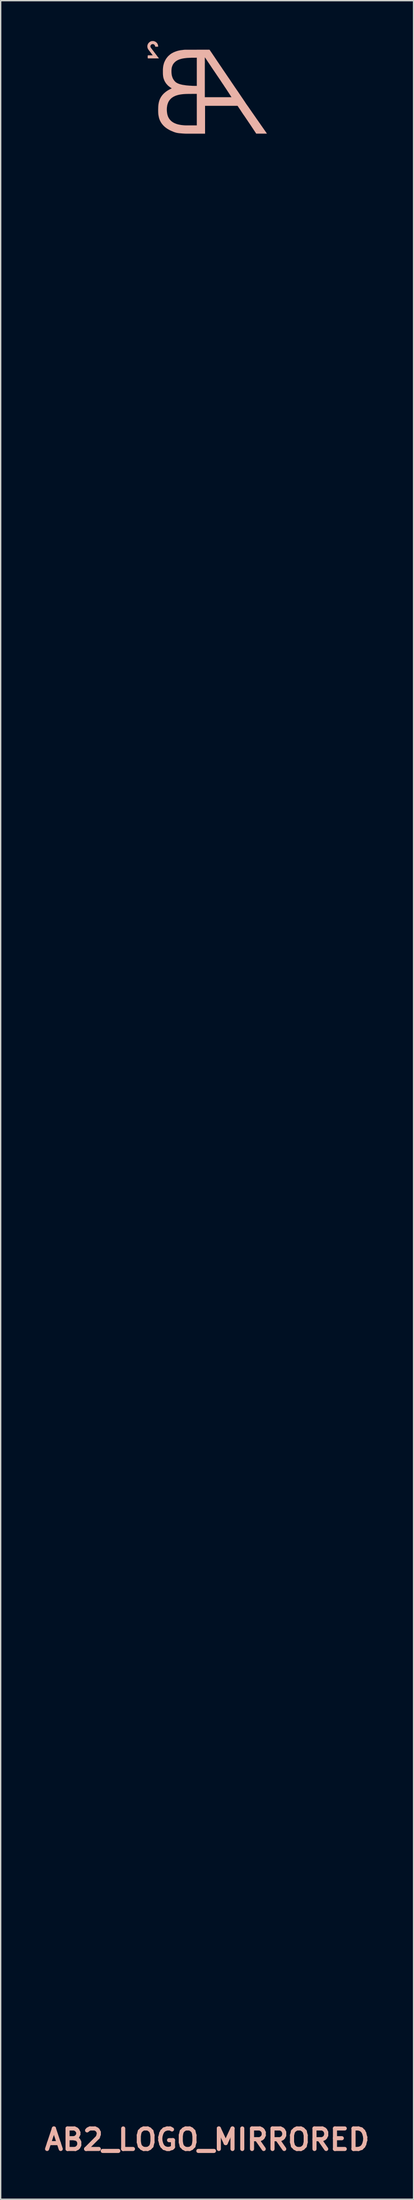
<source format=kicad_pcb>
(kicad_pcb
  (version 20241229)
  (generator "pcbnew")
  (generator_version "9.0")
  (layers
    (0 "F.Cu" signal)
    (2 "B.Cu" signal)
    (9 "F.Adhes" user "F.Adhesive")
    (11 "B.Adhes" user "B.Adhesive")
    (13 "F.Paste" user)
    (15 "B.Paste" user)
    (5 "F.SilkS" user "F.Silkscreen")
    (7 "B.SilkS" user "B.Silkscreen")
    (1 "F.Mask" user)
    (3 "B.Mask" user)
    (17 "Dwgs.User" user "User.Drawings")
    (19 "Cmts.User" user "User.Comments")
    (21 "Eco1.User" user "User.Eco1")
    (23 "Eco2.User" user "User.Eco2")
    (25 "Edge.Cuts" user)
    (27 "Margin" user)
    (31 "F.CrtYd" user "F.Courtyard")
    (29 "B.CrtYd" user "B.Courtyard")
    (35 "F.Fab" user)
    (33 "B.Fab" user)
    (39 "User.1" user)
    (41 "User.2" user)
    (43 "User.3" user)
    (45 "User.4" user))
  (footprint "AB2_LOGO_MIRRORED"
    (layer "F.Cu")
    (at 12.352 3.448)
    (property "Reference" "AB2_LOGO_MIRRORED" (at 0 152.484 0) (layer "B.SilkS") (effects (font (size 1.524 1.524) (thickness 0.305))))
    (attr through_hole)
    (fp_poly (pts (xy -4.445 -3.058) (xy -4.442 -3.02) (xy -4.437 -2.982) (xy -4.43 -2.944) (xy -4.422 -2.924) (xy -4.417 -2.906) (xy -4.409 -2.888) (xy -4.399 -2.87) (xy -4.392 -2.852) (xy -4.381 -2.837) (xy -4.374 -2.824) (xy -4.369 -2.819) (xy -4.364 -2.809) (xy -4.354 -2.799) (xy -4.343 -2.784) (xy -4.331 -2.769) (xy -4.318 -2.748) (xy -4.3 -2.728) (xy -4.285 -2.705) (xy -4.265 -2.682) (xy -4.247 -2.657) (xy -4.227 -2.629) (xy -4.206 -2.603) (xy -4.183 -2.576) (xy -4.163 -2.545) (xy -4.14 -2.517) (xy -4.13 -2.504) (xy -4.041 -2.388) (xy -4.216 -2.385) (xy -4.392 -2.385) (xy -4.404 -2.372) (xy -4.417 -2.36) (xy -4.417 -2.273) (xy -4.417 -2.184) (xy -4.404 -2.172) (xy -4.392 -2.159) (xy -3.988 -2.159) (xy -3.584 -2.159) (xy -3.66 -2.258) (xy -3.673 -2.276) (xy -3.688 -2.296) (xy -3.706 -2.319) (xy -3.724 -2.342) (xy -3.741 -2.367) (xy -3.762 -2.393) (xy -3.782 -2.421) (xy -3.802 -2.446) (xy -3.823 -2.474) (xy -3.843 -2.499) (xy -3.853 -2.512) (xy -3.886 -2.558) (xy -3.919 -2.598) (xy -3.947 -2.637) (xy -3.975 -2.675) (xy -4 -2.708) (xy -4.023 -2.738) (xy -4.046 -2.766) (xy -4.064 -2.791) (xy -4.082 -2.814) (xy -4.1 -2.835) (xy -4.112 -2.855) (xy -4.128 -2.873) (xy -4.138 -2.888) (xy -4.148 -2.901) (xy -4.158 -2.913) (xy -4.166 -2.924) (xy -4.173 -2.934) (xy -4.178 -2.941) (xy -4.183 -2.949) (xy -4.188 -2.954) (xy -4.191 -2.959) (xy -4.194 -2.964) (xy -4.196 -2.969) (xy -4.199 -2.972) (xy -4.201 -2.974) (xy -4.201 -2.977) (xy -4.201 -2.979) (xy -4.211 -3.002) (xy -4.219 -3.028) (xy -4.219 -3.051) (xy -4.219 -3.076) (xy -4.214 -3.099) (xy -4.204 -3.122) (xy -4.194 -3.142) (xy -4.178 -3.162) (xy -4.161 -3.18) (xy -4.14 -3.195) (xy -4.12 -3.205) (xy -4.107 -3.211) (xy -4.097 -3.216) (xy -4.087 -3.218) (xy -4.077 -3.218) (xy -4.067 -3.221) (xy -4.051 -3.221) (xy -4.041 -3.221) (xy -4.028 -3.221) (xy -4.021 -3.221) (xy -4.013 -3.221) (xy -4.006 -3.218) (xy -4 -3.218) (xy -3.995 -3.216) (xy -3.993 -3.216) (xy -3.97 -3.205) (xy -3.947 -3.193) (xy -3.927 -3.175) (xy -3.909 -3.157) (xy -3.894 -3.137) (xy -3.884 -3.117) (xy -3.881 -3.111) (xy -3.876 -3.099) (xy -3.871 -3.086) (xy -3.868 -3.071) (xy -3.868 -3.061) (xy -3.868 -3.056) (xy -3.866 -3.051) (xy -3.863 -3.048) (xy -3.858 -3.043) (xy -3.856 -3.04) (xy -3.846 -3.028) (xy -3.744 -3.03) (xy -3.645 -3.03) (xy -3.645 -3.048) (xy -3.645 -3.073) (xy -3.647 -3.099) (xy -3.65 -3.127) (xy -3.658 -3.155) (xy -3.663 -3.178) (xy -3.678 -3.213) (xy -3.693 -3.244) (xy -3.711 -3.274) (xy -3.734 -3.302) (xy -3.759 -3.33) (xy -3.762 -3.332) (xy -3.792 -3.358) (xy -3.825 -3.383) (xy -3.858 -3.401) (xy -3.896 -3.419) (xy -3.934 -3.432) (xy -3.973 -3.442) (xy -4.016 -3.447) (xy -4.036 -3.447) (xy -4.072 -3.447) (xy -4.107 -3.444) (xy -4.145 -3.437) (xy -4.178 -3.424) (xy -4.214 -3.411) (xy -4.247 -3.393) (xy -4.277 -3.373) (xy -4.305 -3.35) (xy -4.333 -3.322) (xy -4.359 -3.294) (xy -4.381 -3.264) (xy -4.399 -3.233) (xy -4.415 -3.198) (xy -4.425 -3.175) (xy -4.435 -3.137) (xy -4.442 -3.099) (xy -4.445 -3.058)) (stroke (width 0.003) (type solid)) (fill yes) (layer "B.SilkS"))
    (fp_poly (pts (xy -3.64 1.689) (xy -3.64 1.725) (xy -3.64 1.763) (xy -3.637 1.798) (xy -3.637 1.831) (xy -3.637 1.862) (xy -3.635 1.89) (xy -3.635 1.915) (xy -3.632 1.925) (xy -3.63 1.976) (xy -3.622 2.029) (xy -3.614 2.085) (xy -3.604 2.139) (xy -3.592 2.192) (xy -3.581 2.245) (xy -3.566 2.294) (xy -3.566 2.299) (xy -3.543 2.367) (xy -3.515 2.433) (xy -3.487 2.497) (xy -3.452 2.56) (xy -3.416 2.621) (xy -3.376 2.68) (xy -3.33 2.738) (xy -3.294 2.781) (xy -3.284 2.791) (xy -3.274 2.807) (xy -3.259 2.819) (xy -3.244 2.837) (xy -3.228 2.852) (xy -3.211 2.868) (xy -3.195 2.883) (xy -3.18 2.898) (xy -3.165 2.911) (xy -3.155 2.921) (xy -3.119 2.951) (xy -3.086 2.977) (xy -3.053 3.002) (xy -3.018 3.028) (xy -2.997 3.043) (xy -2.997 1.623) (xy -2.995 1.557) (xy -2.99 1.486) (xy -2.982 1.42) (xy -2.972 1.354) (xy -2.957 1.29) (xy -2.939 1.229) (xy -2.918 1.171) (xy -2.896 1.113) (xy -2.87 1.059) (xy -2.84 1.008) (xy -2.807 0.96) (xy -2.779 0.922) (xy -2.741 0.879) (xy -2.703 0.838) (xy -2.659 0.798) (xy -2.614 0.762) (xy -2.565 0.729) (xy -2.515 0.696) (xy -2.459 0.668) (xy -2.403 0.64) (xy -2.342 0.615) (xy -2.278 0.592) (xy -2.21 0.572) (xy -2.202 0.569) (xy -2.154 0.556) (xy -2.103 0.544) (xy -2.047 0.533) (xy -1.991 0.523) (xy -1.933 0.513) (xy -1.869 0.505) (xy -1.803 0.498) (xy -1.735 0.493) (xy -1.661 0.488) (xy -1.585 0.483) (xy -1.57 0.483) (xy -1.549 0.483) (xy -1.527 0.48) (xy -1.501 0.48) (xy -1.471 0.48) (xy -1.44 0.48) (xy -1.405 0.478) (xy -1.369 0.478) (xy -1.331 0.478) (xy -1.29 0.478) (xy -1.25 0.478) (xy -1.206 0.478) (xy -1.166 0.478) (xy -1.123 0.475) (xy -1.077 0.475) (xy -1.034 0.475) (xy -1.003 0.475) (xy -0.767 0.475) (xy -0.767 1.648) (xy -0.767 2.819) (xy -1.186 2.819) (xy -1.237 2.819) (xy -1.283 2.819) (xy -1.326 2.819) (xy -1.364 2.819) (xy -1.4 2.819) (xy -1.433 2.819) (xy -1.46 2.819) (xy -1.488 2.819) (xy -1.514 2.819) (xy -1.534 2.819) (xy -1.554 2.819) (xy -1.572 2.819) (xy -1.587 2.819) (xy -1.6 2.819) (xy -1.613 2.819) (xy -1.623 2.817) (xy -1.633 2.817) (xy -1.641 2.817) (xy -1.648 2.817) (xy -1.656 2.817) (xy -1.659 2.817) (xy -1.735 2.812) (xy -1.808 2.804) (xy -1.88 2.797) (xy -1.946 2.789) (xy -2.009 2.779) (xy -2.07 2.766) (xy -2.131 2.753) (xy -2.187 2.741) (xy -2.24 2.723) (xy -2.294 2.708) (xy -2.344 2.687) (xy -2.395 2.667) (xy -2.443 2.644) (xy -2.446 2.644) (xy -2.499 2.616) (xy -2.553 2.583) (xy -2.603 2.548) (xy -2.652 2.512) (xy -2.695 2.471) (xy -2.738 2.428) (xy -2.776 2.385) (xy -2.812 2.337) (xy -2.842 2.291) (xy -2.87 2.243) (xy -2.896 2.192) (xy -2.918 2.139) (xy -2.936 2.083) (xy -2.954 2.027) (xy -2.967 1.966) (xy -2.979 1.902) (xy -2.987 1.836) (xy -2.992 1.768) (xy -2.997 1.697) (xy -2.997 1.623) (xy -2.997 3.043) (xy -2.982 3.053) (xy -2.972 3.061) (xy -2.931 3.084) (xy -2.891 3.109) (xy -2.85 3.132) (xy -2.809 3.155) (xy -2.769 3.178) (xy -2.731 3.195) (xy -2.692 3.213) (xy -2.657 3.231) (xy -2.626 3.241) (xy -2.614 3.246) (xy -2.601 3.251) (xy -2.583 3.259) (xy -2.568 3.266) (xy -2.553 3.272) (xy -2.548 3.274) (xy -2.525 3.284) (xy -2.504 3.294) (xy -2.487 3.302) (xy -2.469 3.307) (xy -2.456 3.312) (xy -2.443 3.317) (xy -2.431 3.32) (xy -2.418 3.325) (xy -2.405 3.327) (xy -2.393 3.332) (xy -2.388 3.335) (xy -2.355 3.345) (xy -2.322 3.355) (xy -2.283 3.365) (xy -2.243 3.373) (xy -2.197 3.381) (xy -2.149 3.388) (xy -2.098 3.396) (xy -2.045 3.401) (xy -1.986 3.406) (xy -1.963 3.409) (xy -1.915 3.414) (xy -1.872 3.416) (xy -1.829 3.419) (xy -1.791 3.421) (xy -1.753 3.424) (xy -1.717 3.426) (xy -1.681 3.429) (xy -1.646 3.429) (xy -1.61 3.429) (xy -1.6 3.432) (xy -1.582 3.432) (xy -1.565 3.432) (xy -1.549 3.432) (xy -1.537 3.432) (xy -1.524 3.432) (xy -1.516 3.432) (xy -1.511 3.432) (xy -1.509 3.432) (xy -1.504 3.432) (xy -1.494 3.432) (xy -1.478 3.432) (xy -1.463 3.432) (xy -1.44 3.432) (xy -1.417 3.432) (xy -1.392 3.432) (xy -1.361 3.432) (xy -1.331 3.432) (xy -1.295 3.432) (xy -1.26 3.432) (xy -1.219 3.432) (xy -1.179 3.432) (xy -1.135 3.432) (xy -1.09 3.432) (xy -1.044 3.432) (xy -0.996 3.432) (xy -0.945 3.432) (xy -0.897 3.432) (xy -0.843 3.432) (xy -0.831 3.432) (xy -0.173 3.432) (xy -0.173 -2.23) (xy -0.17 -2.23) (xy -0.163 -2.225) (xy -0.152 -2.22) (xy -0.15 -2.217) (xy -0.147 -2.215) (xy -0.145 -2.21) (xy -0.137 -2.2) (xy -0.13 -2.189) (xy -0.122 -2.174) (xy -0.109 -2.159) (xy -0.097 -2.141) (xy -0.084 -2.121) (xy -0.069 -2.098) (xy -0.053 -2.075) (xy -0.036 -2.05) (xy -0.018 -2.022) (xy 0 -1.994) (xy 0.018 -1.966) (xy 0.038 -1.938) (xy 0.056 -1.908) (xy 0.076 -1.88) (xy 0.097 -1.849) (xy 0.117 -1.819) (xy 0.137 -1.791) (xy 0.157 -1.763) (xy 0.175 -1.732) (xy 0.193 -1.707) (xy 0.211 -1.679) (xy 0.229 -1.656) (xy 0.244 -1.633) (xy 0.257 -1.61) (xy 0.272 -1.59) (xy 0.282 -1.572) (xy 0.287 -1.567) (xy 0.305 -1.542) (xy 0.323 -1.511) (xy 0.343 -1.481) (xy 0.366 -1.45) (xy 0.386 -1.417) (xy 0.409 -1.384) (xy 0.429 -1.354) (xy 0.45 -1.323) (xy 0.467 -1.298) (xy 0.475 -1.285) (xy 0.521 -1.222) (xy 0.566 -1.153) (xy 0.612 -1.085) (xy 0.66 -1.016) (xy 0.706 -0.945) (xy 0.754 -0.874) (xy 0.803 -0.803) (xy 0.853 -0.729) (xy 0.902 -0.658) (xy 0.95 -0.587) (xy 0.998 -0.516) (xy 1.044 -0.445) (xy 1.09 -0.376) (xy 1.135 -0.307) (xy 1.181 -0.241) (xy 1.224 -0.178) (xy 1.265 -0.114) (xy 1.303 -0.056) (xy 1.341 0) (xy 1.377 0.053) (xy 1.392 0.076) (xy 1.41 0.102) (xy 1.427 0.13) (xy 1.445 0.157) (xy 1.466 0.185) (xy 1.483 0.213) (xy 1.501 0.244) (xy 1.521 0.272) (xy 1.539 0.3) (xy 1.557 0.325) (xy 1.572 0.351) (xy 1.59 0.376) (xy 1.605 0.399) (xy 1.618 0.422) (xy 1.631 0.442) (xy 1.643 0.46) (xy 1.654 0.475) (xy 1.661 0.488) (xy 1.669 0.498) (xy 1.671 0.505) (xy 1.674 0.508) (xy 1.676 0.511) (xy 1.681 0.518) (xy 1.687 0.526) (xy 1.694 0.538) (xy 1.702 0.551) (xy 1.712 0.564) (xy 1.722 0.579) (xy 1.725 0.587) (xy 1.742 0.612) (xy 1.755 0.635) (xy 1.768 0.653) (xy 1.781 0.671) (xy 1.788 0.683) (xy 1.796 0.696) (xy 1.803 0.709) (xy 1.806 0.714) (xy 1.814 0.726) (xy 0.818 0.726) (xy -0.173 0.726) (xy -0.173 -0.559) (xy -0.173 -0.632) (xy -0.173 -0.704) (xy -0.173 -0.772) (xy -0.173 -0.843) (xy -0.173 -0.909) (xy -0.173 -0.978) (xy -0.173 -1.041) (xy -0.173 -1.105) (xy -0.173 -1.168) (xy -0.173 -1.229) (xy -0.173 -1.285) (xy -0.173 -1.344) (xy -0.173 -1.397) (xy -0.173 -1.45) (xy -0.173 -1.499) (xy -0.173 -1.547) (xy -0.173 -1.59) (xy -0.173 -1.633) (xy -0.173 -1.671) (xy -0.173 -1.709) (xy -0.173 -1.742) (xy -0.173 -1.773) (xy -0.17 -1.801) (xy -0.17 -1.824) (xy -0.17 -1.844) (xy -0.17 -1.862) (xy -0.17 -1.875) (xy -0.17 -1.885) (xy -0.17 -1.89) (xy -0.17 -1.9) (xy -0.17 -1.913) (xy -0.17 -1.928) (xy -0.173 -1.946) (xy -0.173 -1.968) (xy -0.173 -1.989) (xy -0.173 -2.014) (xy -0.173 -2.04) (xy -0.173 -2.065) (xy -0.173 -2.083) (xy -0.173 -2.23) (xy -0.173 3.432) (xy -0.155 3.432) (xy -0.155 2.398) (xy -0.155 1.364) (xy 1.052 1.364) (xy 2.263 1.364) (xy 2.334 1.471) (xy 2.36 1.506) (xy 2.38 1.539) (xy 2.4 1.57) (xy 2.421 1.595) (xy 2.436 1.621) (xy 2.451 1.643) (xy 2.464 1.664) (xy 2.477 1.681) (xy 2.487 1.699) (xy 2.497 1.714) (xy 2.507 1.727) (xy 2.515 1.74) (xy 2.522 1.75) (xy 2.53 1.763) (xy 2.535 1.77) (xy 2.54 1.778) (xy 2.55 1.796) (xy 2.565 1.816) (xy 2.578 1.839) (xy 2.593 1.859) (xy 2.609 1.882) (xy 2.624 1.905) (xy 2.637 1.928) (xy 2.652 1.948) (xy 2.667 1.971) (xy 2.68 1.989) (xy 2.692 2.007) (xy 2.703 2.022) (xy 2.71 2.035) (xy 2.718 2.045) (xy 2.72 2.047) (xy 2.728 2.057) (xy 2.733 2.068) (xy 2.741 2.075) (xy 2.746 2.083) (xy 2.751 2.09) (xy 2.756 2.098) (xy 2.764 2.108) (xy 2.771 2.118) (xy 2.779 2.131) (xy 2.789 2.146) (xy 2.802 2.164) (xy 2.802 2.167) (xy 2.83 2.205) (xy 2.857 2.245) (xy 2.888 2.291) (xy 2.918 2.337) (xy 2.951 2.385) (xy 2.987 2.436) (xy 3.023 2.489) (xy 3.058 2.543) (xy 3.096 2.598) (xy 3.134 2.654) (xy 3.172 2.71) (xy 3.211 2.769) (xy 3.249 2.824) (xy 3.287 2.88) (xy 3.322 2.936) (xy 3.36 2.992) (xy 3.396 3.045) (xy 3.432 3.099) (xy 3.465 3.15) (xy 3.498 3.198) (xy 3.528 3.244) (xy 3.538 3.259) (xy 3.65 3.429) (xy 4.046 3.429) (xy 4.087 3.429) (xy 4.125 3.429) (xy 4.163 3.429) (xy 4.199 3.429) (xy 4.232 3.429) (xy 4.265 3.429) (xy 4.295 3.429) (xy 4.323 3.429) (xy 4.348 3.429) (xy 4.371 3.429) (xy 4.392 3.429) (xy 4.409 3.429) (xy 4.422 3.429) (xy 4.432 3.429) (xy 4.44 3.429) (xy 4.442 3.429) (xy 4.442 3.426) (xy 4.44 3.421) (xy 4.435 3.416) (xy 4.427 3.406) (xy 4.422 3.396) (xy 4.412 3.383) (xy 4.412 3.381) (xy 4.407 3.373) (xy 4.399 3.363) (xy 4.394 3.355) (xy 4.389 3.345) (xy 4.381 3.338) (xy 4.376 3.327) (xy 4.369 3.317) (xy 4.361 3.305) (xy 4.351 3.292) (xy 4.341 3.277) (xy 4.328 3.259) (xy 4.315 3.241) (xy 4.298 3.218) (xy 4.285 3.198) (xy 4.282 3.193) (xy 4.277 3.188) (xy 4.27 3.175) (xy 4.26 3.162) (xy 4.249 3.147) (xy 4.234 3.127) (xy 4.221 3.106) (xy 4.204 3.081) (xy 4.186 3.056) (xy 4.166 3.028) (xy 4.143 2.997) (xy 4.122 2.964) (xy 4.097 2.929) (xy 4.072 2.893) (xy 4.046 2.855) (xy 4.018 2.817) (xy 3.99 2.776) (xy 3.96 2.733) (xy 3.932 2.69) (xy 3.901 2.647) (xy 3.868 2.601) (xy 3.838 2.558) (xy 3.805 2.51) (xy 3.772 2.464) (xy 3.739 2.416) (xy 3.706 2.37) (xy 3.673 2.322) (xy 3.64 2.276) (xy 3.607 2.228) (xy 3.574 2.179) (xy 3.543 2.134) (xy 3.51 2.088) (xy 3.477 2.042) (xy 3.447 1.996) (xy 3.416 1.953) (xy 3.386 1.91) (xy 3.355 1.867) (xy 3.327 1.826) (xy 3.299 1.786) (xy 3.274 1.748) (xy 3.249 1.712) (xy 3.223 1.676) (xy 3.2 1.643) (xy 3.18 1.613) (xy 3.16 1.582) (xy 3.139 1.557) (xy 3.122 1.532) (xy 3.106 1.509) (xy 3.094 1.488) (xy 3.081 1.471) (xy 3.071 1.458) (xy 3.063 1.445) (xy 3.058 1.438) (xy 3.056 1.433) (xy 3.048 1.425) (xy 3.04 1.412) (xy 3.03 1.4) (xy 3.02 1.384) (xy 3.007 1.367) (xy 2.995 1.351) (xy 2.985 1.333) (xy 2.979 1.326) (xy 2.959 1.298) (xy 2.939 1.273) (xy 2.924 1.25) (xy 2.908 1.227) (xy 2.896 1.209) (xy 2.883 1.191) (xy 2.873 1.173) (xy 2.863 1.158) (xy 2.852 1.143) (xy 2.842 1.128) (xy 2.832 1.113) (xy 2.827 1.105) (xy 2.824 1.1) (xy 2.822 1.095) (xy 2.814 1.085) (xy 2.807 1.072) (xy 2.797 1.057) (xy 2.784 1.039) (xy 2.769 1.016) (xy 2.753 0.993) (xy 2.733 0.965) (xy 2.715 0.935) (xy 2.692 0.904) (xy 2.67 0.869) (xy 2.644 0.831) (xy 2.616 0.792) (xy 2.588 0.749) (xy 2.558 0.706) (xy 2.527 0.66) (xy 2.494 0.612) (xy 2.461 0.561) (xy 2.426 0.511) (xy 2.39 0.457) (xy 2.352 0.401) (xy 2.314 0.343) (xy 2.273 0.284) (xy 2.233 0.224) (xy 2.189 0.163) (xy 2.146 0.099) (xy 2.103 0.036) (xy 2.057 -0.028) (xy 2.014 -0.097) (xy 1.966 -0.163) (xy 1.92 -0.234) (xy 1.872 -0.302) (xy 1.824 -0.373) (xy 1.775 -0.445) (xy 1.76 -0.47) (xy 1.712 -0.541) (xy 1.664 -0.612) (xy 1.615 -0.683) (xy 1.567 -0.752) (xy 1.521 -0.82) (xy 1.476 -0.886) (xy 1.43 -0.953) (xy 1.387 -1.019) (xy 1.344 -1.082) (xy 1.3 -1.146) (xy 1.26 -1.206) (xy 1.219 -1.265) (xy 1.179 -1.323) (xy 1.14 -1.379) (xy 1.105 -1.435) (xy 1.069 -1.488) (xy 1.034 -1.539) (xy 1.001 -1.587) (xy 0.968 -1.636) (xy 0.937 -1.681) (xy 0.909 -1.722) (xy 0.881 -1.763) (xy 0.856 -1.801) (xy 0.831 -1.839) (xy 0.808 -1.872) (xy 0.787 -1.902) (xy 0.767 -1.93) (xy 0.752 -1.956) (xy 0.737 -1.979) (xy 0.721 -1.999) (xy 0.711 -2.017) (xy 0.701 -2.029) (xy 0.693 -2.042) (xy 0.688 -2.05) (xy 0.686 -2.052) (xy 0.686 -2.055) (xy 0.673 -2.073) (xy 0.658 -2.095) (xy 0.643 -2.121) (xy 0.622 -2.149) (xy 0.602 -2.179) (xy 0.579 -2.212) (xy 0.556 -2.248) (xy 0.544 -2.268) (xy 0.528 -2.289) (xy 0.511 -2.314) (xy 0.493 -2.342) (xy 0.47 -2.372) (xy 0.45 -2.405) (xy 0.427 -2.438) (xy 0.401 -2.477) (xy 0.376 -2.512) (xy 0.351 -2.553) (xy 0.323 -2.591) (xy 0.295 -2.631) (xy 0.287 -2.644) (xy 0.178 -2.804) (xy -0.724 -2.804) (xy -0.803 -2.802) (xy -0.879 -2.802) (xy -0.95 -2.802) (xy -1.016 -2.802) (xy -1.079 -2.802) (xy -1.14 -2.802) (xy -1.196 -2.802) (xy -1.247 -2.802) (xy -1.298 -2.802) (xy -1.344 -2.802) (xy -1.384 -2.802) (xy -1.425 -2.802) (xy -1.46 -2.802) (xy -1.494 -2.802) (xy -1.521 -2.802) (xy -1.549 -2.802) (xy -1.572 -2.802) (xy -1.593 -2.802) (xy -1.613 -2.802) (xy -1.626 -2.802) (xy -1.638 -2.802) (xy -1.648 -2.802) (xy -1.656 -2.799) (xy -1.661 -2.799) (xy -1.687 -2.799) (xy -1.704 -2.797) (xy -1.722 -2.797) (xy -1.737 -2.794) (xy -1.753 -2.794) (xy -1.768 -2.791) (xy -1.783 -2.789) (xy -1.801 -2.789) (xy -1.808 -2.786) (xy -1.892 -2.776) (xy -1.971 -2.766) (xy -2.047 -2.751) (xy -2.121 -2.736) (xy -2.192 -2.718) (xy -2.261 -2.697) (xy -2.327 -2.675) (xy -2.393 -2.649) (xy -2.438 -2.631) (xy -2.454 -2.626) (xy -2.471 -2.616) (xy -2.492 -2.609) (xy -2.512 -2.598) (xy -2.532 -2.586) (xy -2.553 -2.576) (xy -2.573 -2.565) (xy -2.591 -2.555) (xy -2.606 -2.548) (xy -2.67 -2.51) (xy -2.728 -2.469) (xy -2.784 -2.423) (xy -2.837 -2.377) (xy -2.888 -2.329) (xy -2.936 -2.278) (xy -2.957 -2.253) (xy -3.002 -2.195) (xy -3.045 -2.136) (xy -3.084 -2.073) (xy -3.119 -2.009) (xy -3.152 -1.941) (xy -3.183 -1.872) (xy -3.208 -1.803) (xy -3.228 -1.73) (xy -3.239 -1.692) (xy -3.246 -1.661) (xy -3.254 -1.633) (xy -3.259 -1.603) (xy -3.264 -1.572) (xy -3.269 -1.542) (xy -3.274 -1.511) (xy -3.277 -1.481) (xy -3.279 -1.448) (xy -3.282 -1.412) (xy -3.284 -1.377) (xy -3.287 -1.336) (xy -3.287 -1.295) (xy -3.287 -1.25) (xy -3.287 -1.201) (xy -3.287 -1.151) (xy -3.287 -1.133) (xy -3.287 -1.102) (xy -3.287 -1.074) (xy -3.287 -1.052) (xy -3.287 -1.029) (xy -3.284 -1.011) (xy -3.284 -0.993) (xy -3.284 -0.975) (xy -3.284 -0.96) (xy -3.282 -0.945) (xy -3.282 -0.932) (xy -3.279 -0.914) (xy -3.279 -0.902) (xy -3.272 -0.831) (xy -3.259 -0.762) (xy -3.244 -0.696) (xy -3.223 -0.632) (xy -3.2 -0.569) (xy -3.175 -0.505) (xy -3.145 -0.447) (xy -3.111 -0.389) (xy -3.076 -0.335) (xy -3.043 -0.287) (xy -3.005 -0.244) (xy -2.967 -0.201) (xy -2.926 -0.157) (xy -2.883 -0.117) (xy -2.837 -0.079) (xy -2.786 -0.041) (xy -2.733 -0.003) (xy -2.677 0.033) (xy -2.657 0.046) (xy -2.654 0.048) (xy -2.654 -1.212) (xy -2.654 -1.232) (xy -2.654 -1.255) (xy -2.654 -1.275) (xy -2.652 -1.29) (xy -2.652 -1.306) (xy -2.652 -1.318) (xy -2.652 -1.321) (xy -2.647 -1.364) (xy -2.642 -1.405) (xy -2.637 -1.443) (xy -2.629 -1.478) (xy -2.621 -1.514) (xy -2.611 -1.547) (xy -2.598 -1.58) (xy -2.588 -1.608) (xy -2.568 -1.656) (xy -2.543 -1.704) (xy -2.515 -1.75) (xy -2.482 -1.793) (xy -2.446 -1.836) (xy -2.408 -1.875) (xy -2.367 -1.913) (xy -2.322 -1.948) (xy -2.273 -1.981) (xy -2.223 -2.012) (xy -2.169 -2.04) (xy -2.111 -2.065) (xy -2.052 -2.088) (xy -1.989 -2.108) (xy -1.923 -2.126) (xy -1.915 -2.129) (xy -1.872 -2.139) (xy -1.824 -2.149) (xy -1.775 -2.159) (xy -1.722 -2.167) (xy -1.666 -2.174) (xy -1.61 -2.182) (xy -1.552 -2.187) (xy -1.494 -2.195) (xy -1.44 -2.197) (xy -1.415 -2.2) (xy -1.392 -2.2) (xy -1.369 -2.202) (xy -1.346 -2.202) (xy -1.323 -2.205) (xy -1.3 -2.205) (xy -1.278 -2.207) (xy -1.252 -2.207) (xy -1.227 -2.207) (xy -1.199 -2.207) (xy -1.168 -2.21) (xy -1.135 -2.21) (xy -1.1 -2.21) (xy -1.062 -2.21) (xy -1.021 -2.21) (xy -0.988 -2.21) (xy -0.767 -2.212) (xy -0.767 -1.163) (xy -0.767 -0.114) (xy -0.884 -0.117) (xy -0.909 -0.117) (xy -0.935 -0.117) (xy -0.96 -0.117) (xy -0.988 -0.117) (xy -1.011 -0.119) (xy -1.036 -0.119) (xy -1.057 -0.119) (xy -1.074 -0.119) (xy -1.079 -0.119) (xy -1.151 -0.124) (xy -1.219 -0.127) (xy -1.283 -0.13) (xy -1.346 -0.135) (xy -1.405 -0.14) (xy -1.46 -0.145) (xy -1.516 -0.15) (xy -1.567 -0.155) (xy -1.621 -0.163) (xy -1.669 -0.17) (xy -1.72 -0.178) (xy -1.768 -0.185) (xy -1.773 -0.185) (xy -1.844 -0.198) (xy -1.91 -0.213) (xy -1.971 -0.229) (xy -2.032 -0.246) (xy -2.088 -0.264) (xy -2.139 -0.284) (xy -2.187 -0.305) (xy -2.23 -0.325) (xy -2.271 -0.348) (xy -2.309 -0.373) (xy -2.342 -0.399) (xy -2.372 -0.424) (xy -2.383 -0.437) (xy -2.423 -0.48) (xy -2.461 -0.526) (xy -2.494 -0.574) (xy -2.525 -0.625) (xy -2.553 -0.676) (xy -2.576 -0.732) (xy -2.596 -0.787) (xy -2.614 -0.846) (xy -2.629 -0.907) (xy -2.639 -0.97) (xy -2.647 -1.036) (xy -2.652 -1.077) (xy -2.652 -1.09) (xy -2.652 -1.105) (xy -2.652 -1.125) (xy -2.654 -1.146) (xy -2.654 -1.166) (xy -2.654 -1.189) (xy -2.654 -1.212) (xy -2.654 0.048) (xy -2.639 0.058) (xy -2.639 0.066) (xy -2.639 0.074) (xy -2.654 0.081) (xy -2.664 0.084) (xy -2.675 0.091) (xy -2.69 0.097) (xy -2.705 0.104) (xy -2.723 0.114) (xy -2.741 0.122) (xy -2.758 0.132) (xy -2.776 0.142) (xy -2.794 0.15) (xy -2.809 0.157) (xy -2.822 0.165) (xy -2.835 0.17) (xy -2.835 0.173) (xy -2.898 0.208) (xy -2.957 0.244) (xy -3.012 0.282) (xy -3.066 0.32) (xy -3.114 0.358) (xy -3.162 0.399) (xy -3.208 0.439) (xy -3.233 0.465) (xy -3.279 0.513) (xy -3.32 0.559) (xy -3.358 0.607) (xy -3.393 0.658) (xy -3.429 0.709) (xy -3.434 0.716) (xy -3.462 0.77) (xy -3.49 0.82) (xy -3.515 0.876) (xy -3.538 0.93) (xy -3.556 0.986) (xy -3.574 1.044) (xy -3.589 1.105) (xy -3.602 1.168) (xy -3.614 1.232) (xy -3.622 1.3) (xy -3.63 1.372) (xy -3.632 1.415) (xy -3.635 1.443) (xy -3.635 1.473) (xy -3.637 1.504) (xy -3.637 1.539) (xy -3.637 1.575) (xy -3.64 1.613) (xy -3.64 1.651) (xy -3.64 1.689)) (stroke (width 0.003) (type solid)) (fill yes) (layer "B.SilkS")))
  (gr_rect
    (start -3 -3)
    (end 27.703 160.358)
    (stroke (width 0.1) (type default))
    (fill no)
    (layer "Edge.Cuts")))
</source>
